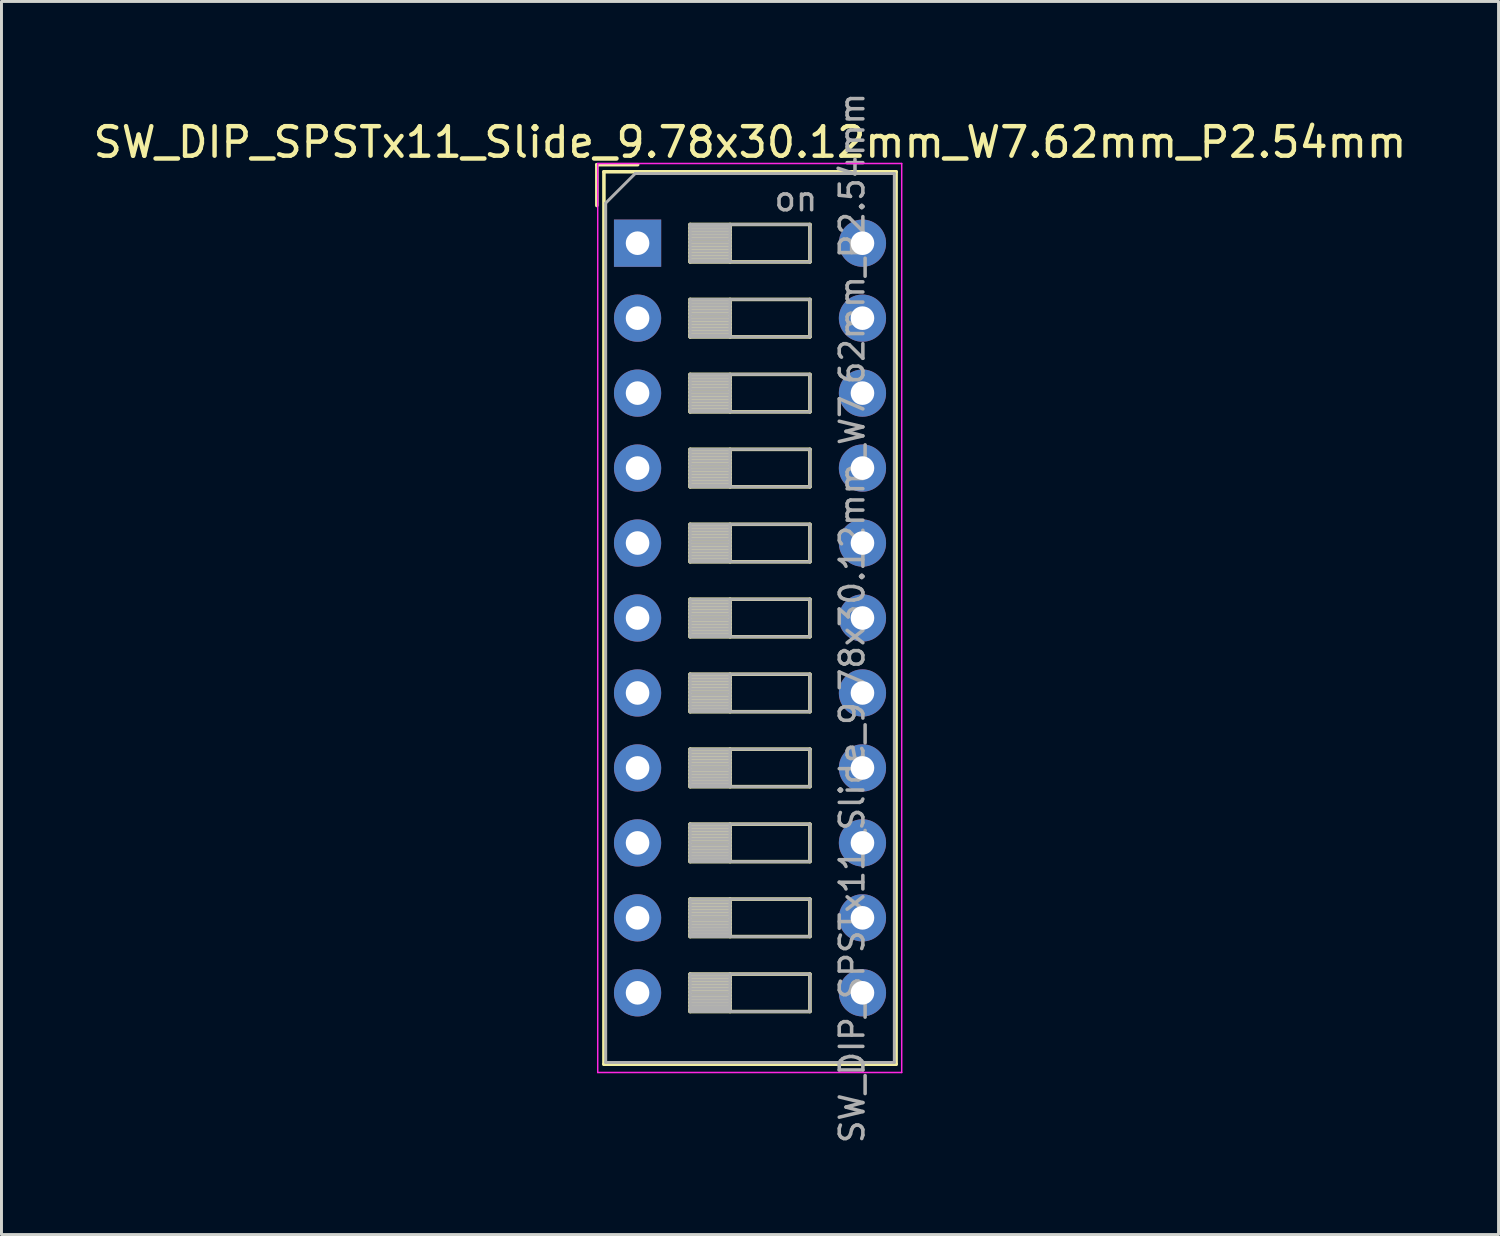
<source format=kicad_pcb>
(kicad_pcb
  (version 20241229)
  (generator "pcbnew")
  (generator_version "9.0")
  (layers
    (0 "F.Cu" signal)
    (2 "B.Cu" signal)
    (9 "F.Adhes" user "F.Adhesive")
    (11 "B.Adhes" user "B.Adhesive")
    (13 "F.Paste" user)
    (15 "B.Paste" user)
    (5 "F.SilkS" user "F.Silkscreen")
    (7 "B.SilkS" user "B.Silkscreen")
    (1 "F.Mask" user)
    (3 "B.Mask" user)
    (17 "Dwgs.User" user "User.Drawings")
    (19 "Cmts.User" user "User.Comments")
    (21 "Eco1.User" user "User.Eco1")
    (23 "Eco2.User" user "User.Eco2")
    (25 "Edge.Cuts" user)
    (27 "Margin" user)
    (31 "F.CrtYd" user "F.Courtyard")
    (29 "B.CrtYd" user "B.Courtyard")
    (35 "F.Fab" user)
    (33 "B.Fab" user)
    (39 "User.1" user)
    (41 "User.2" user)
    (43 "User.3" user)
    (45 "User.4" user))
  (footprint "SW_DIP_SPSTx11_Slide_9.78x30.12mm_W7.62mm_P2.54mm"
    (layer "F.Cu")
    (at 18.553 5.19)
    (property "Reference" "SW_DIP_SPSTx11_Slide_9.78x30.12mm_W7.62mm_P2.54mm" (at 3.81 -3.42 0) (layer "F.SilkS") (effects (font (size 1 1) (thickness 0.15))))
    (attr through_hole)
    (fp_line (start -1.38 -2.66) (end -1.38 -1.277) (stroke (width 0.12) (type solid)) (layer "F.SilkS"))
    (fp_line (start -1.38 -2.66) (end 0.004 -2.66) (stroke (width 0.12) (type solid)) (layer "F.SilkS"))
    (fp_line (start -1.14 -2.42) (end -1.14 27.82) (stroke (width 0.12) (type solid)) (layer "F.SilkS"))
    (fp_line (start -1.14 -2.42) (end 8.76 -2.42) (stroke (width 0.12) (type solid)) (layer "F.SilkS"))
    (fp_line (start -1.14 27.82) (end 8.76 27.82) (stroke (width 0.12) (type solid)) (layer "F.SilkS"))
    (fp_line (start 1.78 -0.635) (end 1.78 0.635) (stroke (width 0.12) (type solid)) (layer "F.SilkS"))
    (fp_line (start 1.78 -0.515) (end 3.133 -0.515) (stroke (width 0.12) (type solid)) (layer "F.SilkS"))
    (fp_line (start 1.78 -0.395) (end 3.133 -0.395) (stroke (width 0.12) (type solid)) (layer "F.SilkS"))
    (fp_line (start 1.78 -0.275) (end 3.133 -0.275) (stroke (width 0.12) (type solid)) (layer "F.SilkS"))
    (fp_line (start 1.78 -0.155) (end 3.133 -0.155) (stroke (width 0.12) (type solid)) (layer "F.SilkS"))
    (fp_line (start 1.78 -0.035) (end 3.133 -0.035) (stroke (width 0.12) (type solid)) (layer "F.SilkS"))
    (fp_line (start 1.78 0.085) (end 3.133 0.085) (stroke (width 0.12) (type solid)) (layer "F.SilkS"))
    (fp_line (start 1.78 0.205) (end 3.133 0.205) (stroke (width 0.12) (type solid)) (layer "F.SilkS"))
    (fp_line (start 1.78 0.325) (end 3.133 0.325) (stroke (width 0.12) (type solid)) (layer "F.SilkS"))
    (fp_line (start 1.78 0.445) (end 3.133 0.445) (stroke (width 0.12) (type solid)) (layer "F.SilkS"))
    (fp_line (start 1.78 0.565) (end 3.133 0.565) (stroke (width 0.12) (type solid)) (layer "F.SilkS"))
    (fp_line (start 1.78 0.635) (end 5.84 0.635) (stroke (width 0.12) (type solid)) (layer "F.SilkS"))
    (fp_line (start 1.78 1.905) (end 1.78 3.175) (stroke (width 0.12) (type solid)) (layer "F.SilkS"))
    (fp_line (start 1.78 2.025) (end 3.133 2.025) (stroke (width 0.12) (type solid)) (layer "F.SilkS"))
    (fp_line (start 1.78 2.145) (end 3.133 2.145) (stroke (width 0.12) (type solid)) (layer "F.SilkS"))
    (fp_line (start 1.78 2.265) (end 3.133 2.265) (stroke (width 0.12) (type solid)) (layer "F.SilkS"))
    (fp_line (start 1.78 2.385) (end 3.133 2.385) (stroke (width 0.12) (type solid)) (layer "F.SilkS"))
    (fp_line (start 1.78 2.505) (end 3.133 2.505) (stroke (width 0.12) (type solid)) (layer "F.SilkS"))
    (fp_line (start 1.78 2.625) (end 3.133 2.625) (stroke (width 0.12) (type solid)) (layer "F.SilkS"))
    (fp_line (start 1.78 2.745) (end 3.133 2.745) (stroke (width 0.12) (type solid)) (layer "F.SilkS"))
    (fp_line (start 1.78 2.865) (end 3.133 2.865) (stroke (width 0.12) (type solid)) (layer "F.SilkS"))
    (fp_line (start 1.78 2.985) (end 3.133 2.985) (stroke (width 0.12) (type solid)) (layer "F.SilkS"))
    (fp_line (start 1.78 3.105) (end 3.133 3.105) (stroke (width 0.12) (type solid)) (layer "F.SilkS"))
    (fp_line (start 1.78 3.175) (end 5.84 3.175) (stroke (width 0.12) (type solid)) (layer "F.SilkS"))
    (fp_line (start 1.78 4.445) (end 1.78 5.715) (stroke (width 0.12) (type solid)) (layer "F.SilkS"))
    (fp_line (start 1.78 4.565) (end 3.133 4.565) (stroke (width 0.12) (type solid)) (layer "F.SilkS"))
    (fp_line (start 1.78 4.685) (end 3.133 4.685) (stroke (width 0.12) (type solid)) (layer "F.SilkS"))
    (fp_line (start 1.78 4.805) (end 3.133 4.805) (stroke (width 0.12) (type solid)) (layer "F.SilkS"))
    (fp_line (start 1.78 4.925) (end 3.133 4.925) (stroke (width 0.12) (type solid)) (layer "F.SilkS"))
    (fp_line (start 1.78 5.045) (end 3.133 5.045) (stroke (width 0.12) (type solid)) (layer "F.SilkS"))
    (fp_line (start 1.78 5.165) (end 3.133 5.165) (stroke (width 0.12) (type solid)) (layer "F.SilkS"))
    (fp_line (start 1.78 5.285) (end 3.133 5.285) (stroke (width 0.12) (type solid)) (layer "F.SilkS"))
    (fp_line (start 1.78 5.405) (end 3.133 5.405) (stroke (width 0.12) (type solid)) (layer "F.SilkS"))
    (fp_line (start 1.78 5.525) (end 3.133 5.525) (stroke (width 0.12) (type solid)) (layer "F.SilkS"))
    (fp_line (start 1.78 5.645) (end 3.133 5.645) (stroke (width 0.12) (type solid)) (layer "F.SilkS"))
    (fp_line (start 1.78 5.715) (end 5.84 5.715) (stroke (width 0.12) (type solid)) (layer "F.SilkS"))
    (fp_line (start 1.78 6.985) (end 1.78 8.255) (stroke (width 0.12) (type solid)) (layer "F.SilkS"))
    (fp_line (start 1.78 7.105) (end 3.133 7.105) (stroke (width 0.12) (type solid)) (layer "F.SilkS"))
    (fp_line (start 1.78 7.225) (end 3.133 7.225) (stroke (width 0.12) (type solid)) (layer "F.SilkS"))
    (fp_line (start 1.78 7.345) (end 3.133 7.345) (stroke (width 0.12) (type solid)) (layer "F.SilkS"))
    (fp_line (start 1.78 7.465) (end 3.133 7.465) (stroke (width 0.12) (type solid)) (layer "F.SilkS"))
    (fp_line (start 1.78 7.585) (end 3.133 7.585) (stroke (width 0.12) (type solid)) (layer "F.SilkS"))
    (fp_line (start 1.78 7.705) (end 3.133 7.705) (stroke (width 0.12) (type solid)) (layer "F.SilkS"))
    (fp_line (start 1.78 7.825) (end 3.133 7.825) (stroke (width 0.12) (type solid)) (layer "F.SilkS"))
    (fp_line (start 1.78 7.945) (end 3.133 7.945) (stroke (width 0.12) (type solid)) (layer "F.SilkS"))
    (fp_line (start 1.78 8.065) (end 3.133 8.065) (stroke (width 0.12) (type solid)) (layer "F.SilkS"))
    (fp_line (start 1.78 8.185) (end 3.133 8.185) (stroke (width 0.12) (type solid)) (layer "F.SilkS"))
    (fp_line (start 1.78 8.255) (end 5.84 8.255) (stroke (width 0.12) (type solid)) (layer "F.SilkS"))
    (fp_line (start 1.78 9.525) (end 1.78 10.795) (stroke (width 0.12) (type solid)) (layer "F.SilkS"))
    (fp_line (start 1.78 9.645) (end 3.133 9.645) (stroke (width 0.12) (type solid)) (layer "F.SilkS"))
    (fp_line (start 1.78 9.765) (end 3.133 9.765) (stroke (width 0.12) (type solid)) (layer "F.SilkS"))
    (fp_line (start 1.78 9.885) (end 3.133 9.885) (stroke (width 0.12) (type solid)) (layer "F.SilkS"))
    (fp_line (start 1.78 10.005) (end 3.133 10.005) (stroke (width 0.12) (type solid)) (layer "F.SilkS"))
    (fp_line (start 1.78 10.125) (end 3.133 10.125) (stroke (width 0.12) (type solid)) (layer "F.SilkS"))
    (fp_line (start 1.78 10.245) (end 3.133 10.245) (stroke (width 0.12) (type solid)) (layer "F.SilkS"))
    (fp_line (start 1.78 10.365) (end 3.133 10.365) (stroke (width 0.12) (type solid)) (layer "F.SilkS"))
    (fp_line (start 1.78 10.485) (end 3.133 10.485) (stroke (width 0.12) (type solid)) (layer "F.SilkS"))
    (fp_line (start 1.78 10.605) (end 3.133 10.605) (stroke (width 0.12) (type solid)) (layer "F.SilkS"))
    (fp_line (start 1.78 10.725) (end 3.133 10.725) (stroke (width 0.12) (type solid)) (layer "F.SilkS"))
    (fp_line (start 1.78 10.795) (end 5.84 10.795) (stroke (width 0.12) (type solid)) (layer "F.SilkS"))
    (fp_line (start 1.78 12.065) (end 1.78 13.335) (stroke (width 0.12) (type solid)) (layer "F.SilkS"))
    (fp_line (start 1.78 12.185) (end 3.133 12.185) (stroke (width 0.12) (type solid)) (layer "F.SilkS"))
    (fp_line (start 1.78 12.305) (end 3.133 12.305) (stroke (width 0.12) (type solid)) (layer "F.SilkS"))
    (fp_line (start 1.78 12.425) (end 3.133 12.425) (stroke (width 0.12) (type solid)) (layer "F.SilkS"))
    (fp_line (start 1.78 12.545) (end 3.133 12.545) (stroke (width 0.12) (type solid)) (layer "F.SilkS"))
    (fp_line (start 1.78 12.665) (end 3.133 12.665) (stroke (width 0.12) (type solid)) (layer "F.SilkS"))
    (fp_line (start 1.78 12.785) (end 3.133 12.785) (stroke (width 0.12) (type solid)) (layer "F.SilkS"))
    (fp_line (start 1.78 12.905) (end 3.133 12.905) (stroke (width 0.12) (type solid)) (layer "F.SilkS"))
    (fp_line (start 1.78 13.025) (end 3.133 13.025) (stroke (width 0.12) (type solid)) (layer "F.SilkS"))
    (fp_line (start 1.78 13.145) (end 3.133 13.145) (stroke (width 0.12) (type solid)) (layer "F.SilkS"))
    (fp_line (start 1.78 13.265) (end 3.133 13.265) (stroke (width 0.12) (type solid)) (layer "F.SilkS"))
    (fp_line (start 1.78 13.335) (end 5.84 13.335) (stroke (width 0.12) (type solid)) (layer "F.SilkS"))
    (fp_line (start 1.78 14.605) (end 1.78 15.875) (stroke (width 0.12) (type solid)) (layer "F.SilkS"))
    (fp_line (start 1.78 14.725) (end 3.133 14.725) (stroke (width 0.12) (type solid)) (layer "F.SilkS"))
    (fp_line (start 1.78 14.845) (end 3.133 14.845) (stroke (width 0.12) (type solid)) (layer "F.SilkS"))
    (fp_line (start 1.78 14.965) (end 3.133 14.965) (stroke (width 0.12) (type solid)) (layer "F.SilkS"))
    (fp_line (start 1.78 15.085) (end 3.133 15.085) (stroke (width 0.12) (type solid)) (layer "F.SilkS"))
    (fp_line (start 1.78 15.205) (end 3.133 15.205) (stroke (width 0.12) (type solid)) (layer "F.SilkS"))
    (fp_line (start 1.78 15.325) (end 3.133 15.325) (stroke (width 0.12) (type solid)) (layer "F.SilkS"))
    (fp_line (start 1.78 15.445) (end 3.133 15.445) (stroke (width 0.12) (type solid)) (layer "F.SilkS"))
    (fp_line (start 1.78 15.565) (end 3.133 15.565) (stroke (width 0.12) (type solid)) (layer "F.SilkS"))
    (fp_line (start 1.78 15.685) (end 3.133 15.685) (stroke (width 0.12) (type solid)) (layer "F.SilkS"))
    (fp_line (start 1.78 15.805) (end 3.133 15.805) (stroke (width 0.12) (type solid)) (layer "F.SilkS"))
    (fp_line (start 1.78 15.875) (end 5.84 15.875) (stroke (width 0.12) (type solid)) (layer "F.SilkS"))
    (fp_line (start 1.78 17.145) (end 1.78 18.415) (stroke (width 0.12) (type solid)) (layer "F.SilkS"))
    (fp_line (start 1.78 17.265) (end 3.133 17.265) (stroke (width 0.12) (type solid)) (layer "F.SilkS"))
    (fp_line (start 1.78 17.385) (end 3.133 17.385) (stroke (width 0.12) (type solid)) (layer "F.SilkS"))
    (fp_line (start 1.78 17.505) (end 3.133 17.505) (stroke (width 0.12) (type solid)) (layer "F.SilkS"))
    (fp_line (start 1.78 17.625) (end 3.133 17.625) (stroke (width 0.12) (type solid)) (layer "F.SilkS"))
    (fp_line (start 1.78 17.745) (end 3.133 17.745) (stroke (width 0.12) (type solid)) (layer "F.SilkS"))
    (fp_line (start 1.78 17.865) (end 3.133 17.865) (stroke (width 0.12) (type solid)) (layer "F.SilkS"))
    (fp_line (start 1.78 17.985) (end 3.133 17.985) (stroke (width 0.12) (type solid)) (layer "F.SilkS"))
    (fp_line (start 1.78 18.105) (end 3.133 18.105) (stroke (width 0.12) (type solid)) (layer "F.SilkS"))
    (fp_line (start 1.78 18.225) (end 3.133 18.225) (stroke (width 0.12) (type solid)) (layer "F.SilkS"))
    (fp_line (start 1.78 18.345) (end 3.133 18.345) (stroke (width 0.12) (type solid)) (layer "F.SilkS"))
    (fp_line (start 1.78 18.415) (end 5.84 18.415) (stroke (width 0.12) (type solid)) (layer "F.SilkS"))
    (fp_line (start 1.78 19.685) (end 1.78 20.955) (stroke (width 0.12) (type solid)) (layer "F.SilkS"))
    (fp_line (start 1.78 19.805) (end 3.133 19.805) (stroke (width 0.12) (type solid)) (layer "F.SilkS"))
    (fp_line (start 1.78 19.925) (end 3.133 19.925) (stroke (width 0.12) (type solid)) (layer "F.SilkS"))
    (fp_line (start 1.78 20.045) (end 3.133 20.045) (stroke (width 0.12) (type solid)) (layer "F.SilkS"))
    (fp_line (start 1.78 20.165) (end 3.133 20.165) (stroke (width 0.12) (type solid)) (layer "F.SilkS"))
    (fp_line (start 1.78 20.285) (end 3.133 20.285) (stroke (width 0.12) (type solid)) (layer "F.SilkS"))
    (fp_line (start 1.78 20.405) (end 3.133 20.405) (stroke (width 0.12) (type solid)) (layer "F.SilkS"))
    (fp_line (start 1.78 20.525) (end 3.133 20.525) (stroke (width 0.12) (type solid)) (layer "F.SilkS"))
    (fp_line (start 1.78 20.645) (end 3.133 20.645) (stroke (width 0.12) (type solid)) (layer "F.SilkS"))
    (fp_line (start 1.78 20.765) (end 3.133 20.765) (stroke (width 0.12) (type solid)) (layer "F.SilkS"))
    (fp_line (start 1.78 20.885) (end 3.133 20.885) (stroke (width 0.12) (type solid)) (layer "F.SilkS"))
    (fp_line (start 1.78 20.955) (end 5.84 20.955) (stroke (width 0.12) (type solid)) (layer "F.SilkS"))
    (fp_line (start 1.78 22.225) (end 1.78 23.495) (stroke (width 0.12) (type solid)) (layer "F.SilkS"))
    (fp_line (start 1.78 22.345) (end 3.133 22.345) (stroke (width 0.12) (type solid)) (layer "F.SilkS"))
    (fp_line (start 1.78 22.465) (end 3.133 22.465) (stroke (width 0.12) (type solid)) (layer "F.SilkS"))
    (fp_line (start 1.78 22.585) (end 3.133 22.585) (stroke (width 0.12) (type solid)) (layer "F.SilkS"))
    (fp_line (start 1.78 22.705) (end 3.133 22.705) (stroke (width 0.12) (type solid)) (layer "F.SilkS"))
    (fp_line (start 1.78 22.825) (end 3.133 22.825) (stroke (width 0.12) (type solid)) (layer "F.SilkS"))
    (fp_line (start 1.78 22.945) (end 3.133 22.945) (stroke (width 0.12) (type solid)) (layer "F.SilkS"))
    (fp_line (start 1.78 23.065) (end 3.133 23.065) (stroke (width 0.12) (type solid)) (layer "F.SilkS"))
    (fp_line (start 1.78 23.185) (end 3.133 23.185) (stroke (width 0.12) (type solid)) (layer "F.SilkS"))
    (fp_line (start 1.78 23.305) (end 3.133 23.305) (stroke (width 0.12) (type solid)) (layer "F.SilkS"))
    (fp_line (start 1.78 23.425) (end 3.133 23.425) (stroke (width 0.12) (type solid)) (layer "F.SilkS"))
    (fp_line (start 1.78 23.495) (end 5.84 23.495) (stroke (width 0.12) (type solid)) (layer "F.SilkS"))
    (fp_line (start 1.78 24.765) (end 1.78 26.035) (stroke (width 0.12) (type solid)) (layer "F.SilkS"))
    (fp_line (start 1.78 24.885) (end 3.133 24.885) (stroke (width 0.12) (type solid)) (layer "F.SilkS"))
    (fp_line (start 1.78 25.005) (end 3.133 25.005) (stroke (width 0.12) (type solid)) (layer "F.SilkS"))
    (fp_line (start 1.78 25.125) (end 3.133 25.125) (stroke (width 0.12) (type solid)) (layer "F.SilkS"))
    (fp_line (start 1.78 25.245) (end 3.133 25.245) (stroke (width 0.12) (type solid)) (layer "F.SilkS"))
    (fp_line (start 1.78 25.365) (end 3.133 25.365) (stroke (width 0.12) (type solid)) (layer "F.SilkS"))
    (fp_line (start 1.78 25.485) (end 3.133 25.485) (stroke (width 0.12) (type solid)) (layer "F.SilkS"))
    (fp_line (start 1.78 25.605) (end 3.133 25.605) (stroke (width 0.12) (type solid)) (layer "F.SilkS"))
    (fp_line (start 1.78 25.725) (end 3.133 25.725) (stroke (width 0.12) (type solid)) (layer "F.SilkS"))
    (fp_line (start 1.78 25.845) (end 3.133 25.845) (stroke (width 0.12) (type solid)) (layer "F.SilkS"))
    (fp_line (start 1.78 25.965) (end 3.133 25.965) (stroke (width 0.12) (type solid)) (layer "F.SilkS"))
    (fp_line (start 1.78 26.035) (end 5.84 26.035) (stroke (width 0.12) (type solid)) (layer "F.SilkS"))
    (fp_line (start 3.133 -0.635) (end 3.133 0.635) (stroke (width 0.12) (type solid)) (layer "F.SilkS"))
    (fp_line (start 3.133 1.905) (end 3.133 3.175) (stroke (width 0.12) (type solid)) (layer "F.SilkS"))
    (fp_line (start 3.133 4.445) (end 3.133 5.715) (stroke (width 0.12) (type solid)) (layer "F.SilkS"))
    (fp_line (start 3.133 6.985) (end 3.133 8.255) (stroke (width 0.12) (type solid)) (layer "F.SilkS"))
    (fp_line (start 3.133 9.525) (end 3.133 10.795) (stroke (width 0.12) (type solid)) (layer "F.SilkS"))
    (fp_line (start 3.133 12.065) (end 3.133 13.335) (stroke (width 0.12) (type solid)) (layer "F.SilkS"))
    (fp_line (start 3.133 14.605) (end 3.133 15.875) (stroke (width 0.12) (type solid)) (layer "F.SilkS"))
    (fp_line (start 3.133 17.145) (end 3.133 18.415) (stroke (width 0.12) (type solid)) (layer "F.SilkS"))
    (fp_line (start 3.133 19.685) (end 3.133 20.955) (stroke (width 0.12) (type solid)) (layer "F.SilkS"))
    (fp_line (start 3.133 22.225) (end 3.133 23.495) (stroke (width 0.12) (type solid)) (layer "F.SilkS"))
    (fp_line (start 3.133 24.765) (end 3.133 26.035) (stroke (width 0.12) (type solid)) (layer "F.SilkS"))
    (fp_line (start 5.84 -0.635) (end 1.78 -0.635) (stroke (width 0.12) (type solid)) (layer "F.SilkS"))
    (fp_line (start 5.84 0.635) (end 5.84 -0.635) (stroke (width 0.12) (type solid)) (layer "F.SilkS"))
    (fp_line (start 5.84 1.905) (end 1.78 1.905) (stroke (width 0.12) (type solid)) (layer "F.SilkS"))
    (fp_line (start 5.84 3.175) (end 5.84 1.905) (stroke (width 0.12) (type solid)) (layer "F.SilkS"))
    (fp_line (start 5.84 4.445) (end 1.78 4.445) (stroke (width 0.12) (type solid)) (layer "F.SilkS"))
    (fp_line (start 5.84 5.715) (end 5.84 4.445) (stroke (width 0.12) (type solid)) (layer "F.SilkS"))
    (fp_line (start 5.84 6.985) (end 1.78 6.985) (stroke (width 0.12) (type solid)) (layer "F.SilkS"))
    (fp_line (start 5.84 8.255) (end 5.84 6.985) (stroke (width 0.12) (type solid)) (layer "F.SilkS"))
    (fp_line (start 5.84 9.525) (end 1.78 9.525) (stroke (width 0.12) (type solid)) (layer "F.SilkS"))
    (fp_line (start 5.84 10.795) (end 5.84 9.525) (stroke (width 0.12) (type solid)) (layer "F.SilkS"))
    (fp_line (start 5.84 12.065) (end 1.78 12.065) (stroke (width 0.12) (type solid)) (layer "F.SilkS"))
    (fp_line (start 5.84 13.335) (end 5.84 12.065) (stroke (width 0.12) (type solid)) (layer "F.SilkS"))
    (fp_line (start 5.84 14.605) (end 1.78 14.605) (stroke (width 0.12) (type solid)) (layer "F.SilkS"))
    (fp_line (start 5.84 15.875) (end 5.84 14.605) (stroke (width 0.12) (type solid)) (layer "F.SilkS"))
    (fp_line (start 5.84 17.145) (end 1.78 17.145) (stroke (width 0.12) (type solid)) (layer "F.SilkS"))
    (fp_line (start 5.84 18.415) (end 5.84 17.145) (stroke (width 0.12) (type solid)) (layer "F.SilkS"))
    (fp_line (start 5.84 19.685) (end 1.78 19.685) (stroke (width 0.12) (type solid)) (layer "F.SilkS"))
    (fp_line (start 5.84 20.955) (end 5.84 19.685) (stroke (width 0.12) (type solid)) (layer "F.SilkS"))
    (fp_line (start 5.84 22.225) (end 1.78 22.225) (stroke (width 0.12) (type solid)) (layer "F.SilkS"))
    (fp_line (start 5.84 23.495) (end 5.84 22.225) (stroke (width 0.12) (type solid)) (layer "F.SilkS"))
    (fp_line (start 5.84 24.765) (end 1.78 24.765) (stroke (width 0.12) (type solid)) (layer "F.SilkS"))
    (fp_line (start 5.84 26.035) (end 5.84 24.765) (stroke (width 0.12) (type solid)) (layer "F.SilkS"))
    (fp_line (start 8.76 -2.42) (end 8.76 27.82) (stroke (width 0.12) (type solid)) (layer "F.SilkS"))
    (fp_line (start -1.35 -2.7) (end -1.35 28.1) (stroke (width 0.05) (type solid)) (layer "F.CrtYd"))
    (fp_line (start -1.35 28.1) (end 8.95 28.1) (stroke (width 0.05) (type solid)) (layer "F.CrtYd"))
    (fp_line (start 8.95 -2.7) (end -1.35 -2.7) (stroke (width 0.05) (type solid)) (layer "F.CrtYd"))
    (fp_line (start 8.95 28.1) (end 8.95 -2.7) (stroke (width 0.05) (type solid)) (layer "F.CrtYd"))
    (fp_line (start -1.08 -1.36) (end -0.08 -2.36) (stroke (width 0.1) (type solid)) (layer "F.Fab"))
    (fp_line (start -1.08 27.76) (end -1.08 -1.36) (stroke (width 0.1) (type solid)) (layer "F.Fab"))
    (fp_line (start -0.08 -2.36) (end 8.7 -2.36) (stroke (width 0.1) (type solid)) (layer "F.Fab"))
    (fp_line (start 1.78 -0.635) (end 1.78 0.635) (stroke (width 0.1) (type solid)) (layer "F.Fab"))
    (fp_line (start 1.78 -0.535) (end 3.133 -0.535) (stroke (width 0.1) (type solid)) (layer "F.Fab"))
    (fp_line (start 1.78 -0.435) (end 3.133 -0.435) (stroke (width 0.1) (type solid)) (layer "F.Fab"))
    (fp_line (start 1.78 -0.335) (end 3.133 -0.335) (stroke (width 0.1) (type solid)) (layer "F.Fab"))
    (fp_line (start 1.78 -0.235) (end 3.133 -0.235) (stroke (width 0.1) (type solid)) (layer "F.Fab"))
    (fp_line (start 1.78 -0.135) (end 3.133 -0.135) (stroke (width 0.1) (type solid)) (layer "F.Fab"))
    (fp_line (start 1.78 -0.035) (end 3.133 -0.035) (stroke (width 0.1) (type solid)) (layer "F.Fab"))
    (fp_line (start 1.78 0.065) (end 3.133 0.065) (stroke (width 0.1) (type solid)) (layer "F.Fab"))
    (fp_line (start 1.78 0.165) (end 3.133 0.165) (stroke (width 0.1) (type solid)) (layer "F.Fab"))
    (fp_line (start 1.78 0.265) (end 3.133 0.265) (stroke (width 0.1) (type solid)) (layer "F.Fab"))
    (fp_line (start 1.78 0.365) (end 3.133 0.365) (stroke (width 0.1) (type solid)) (layer "F.Fab"))
    (fp_line (start 1.78 0.465) (end 3.133 0.465) (stroke (width 0.1) (type solid)) (layer "F.Fab"))
    (fp_line (start 1.78 0.565) (end 3.133 0.565) (stroke (width 0.1) (type solid)) (layer "F.Fab"))
    (fp_line (start 1.78 0.635) (end 5.84 0.635) (stroke (width 0.1) (type solid)) (layer "F.Fab"))
    (fp_line (start 1.78 1.905) (end 1.78 3.175) (stroke (width 0.1) (type solid)) (layer "F.Fab"))
    (fp_line (start 1.78 2.005) (end 3.133 2.005) (stroke (width 0.1) (type solid)) (layer "F.Fab"))
    (fp_line (start 1.78 2.105) (end 3.133 2.105) (stroke (width 0.1) (type solid)) (layer "F.Fab"))
    (fp_line (start 1.78 2.205) (end 3.133 2.205) (stroke (width 0.1) (type solid)) (layer "F.Fab"))
    (fp_line (start 1.78 2.305) (end 3.133 2.305) (stroke (width 0.1) (type solid)) (layer "F.Fab"))
    (fp_line (start 1.78 2.405) (end 3.133 2.405) (stroke (width 0.1) (type solid)) (layer "F.Fab"))
    (fp_line (start 1.78 2.505) (end 3.133 2.505) (stroke (width 0.1) (type solid)) (layer "F.Fab"))
    (fp_line (start 1.78 2.605) (end 3.133 2.605) (stroke (width 0.1) (type solid)) (layer "F.Fab"))
    (fp_line (start 1.78 2.705) (end 3.133 2.705) (stroke (width 0.1) (type solid)) (layer "F.Fab"))
    (fp_line (start 1.78 2.805) (end 3.133 2.805) (stroke (width 0.1) (type solid)) (layer "F.Fab"))
    (fp_line (start 1.78 2.905) (end 3.133 2.905) (stroke (width 0.1) (type solid)) (layer "F.Fab"))
    (fp_line (start 1.78 3.005) (end 3.133 3.005) (stroke (width 0.1) (type solid)) (layer "F.Fab"))
    (fp_line (start 1.78 3.105) (end 3.133 3.105) (stroke (width 0.1) (type solid)) (layer "F.Fab"))
    (fp_line (start 1.78 3.175) (end 5.84 3.175) (stroke (width 0.1) (type solid)) (layer "F.Fab"))
    (fp_line (start 1.78 4.445) (end 1.78 5.715) (stroke (width 0.1) (type solid)) (layer "F.Fab"))
    (fp_line (start 1.78 4.545) (end 3.133 4.545) (stroke (width 0.1) (type solid)) (layer "F.Fab"))
    (fp_line (start 1.78 4.645) (end 3.133 4.645) (stroke (width 0.1) (type solid)) (layer "F.Fab"))
    (fp_line (start 1.78 4.745) (end 3.133 4.745) (stroke (width 0.1) (type solid)) (layer "F.Fab"))
    (fp_line (start 1.78 4.845) (end 3.133 4.845) (stroke (width 0.1) (type solid)) (layer "F.Fab"))
    (fp_line (start 1.78 4.945) (end 3.133 4.945) (stroke (width 0.1) (type solid)) (layer "F.Fab"))
    (fp_line (start 1.78 5.045) (end 3.133 5.045) (stroke (width 0.1) (type solid)) (layer "F.Fab"))
    (fp_line (start 1.78 5.145) (end 3.133 5.145) (stroke (width 0.1) (type solid)) (layer "F.Fab"))
    (fp_line (start 1.78 5.245) (end 3.133 5.245) (stroke (width 0.1) (type solid)) (layer "F.Fab"))
    (fp_line (start 1.78 5.345) (end 3.133 5.345) (stroke (width 0.1) (type solid)) (layer "F.Fab"))
    (fp_line (start 1.78 5.445) (end 3.133 5.445) (stroke (width 0.1) (type solid)) (layer "F.Fab"))
    (fp_line (start 1.78 5.545) (end 3.133 5.545) (stroke (width 0.1) (type solid)) (layer "F.Fab"))
    (fp_line (start 1.78 5.645) (end 3.133 5.645) (stroke (width 0.1) (type solid)) (layer "F.Fab"))
    (fp_line (start 1.78 5.715) (end 5.84 5.715) (stroke (width 0.1) (type solid)) (layer "F.Fab"))
    (fp_line (start 1.78 6.985) (end 1.78 8.255) (stroke (width 0.1) (type solid)) (layer "F.Fab"))
    (fp_line (start 1.78 7.085) (end 3.133 7.085) (stroke (width 0.1) (type solid)) (layer "F.Fab"))
    (fp_line (start 1.78 7.185) (end 3.133 7.185) (stroke (width 0.1) (type solid)) (layer "F.Fab"))
    (fp_line (start 1.78 7.285) (end 3.133 7.285) (stroke (width 0.1) (type solid)) (layer "F.Fab"))
    (fp_line (start 1.78 7.385) (end 3.133 7.385) (stroke (width 0.1) (type solid)) (layer "F.Fab"))
    (fp_line (start 1.78 7.485) (end 3.133 7.485) (stroke (width 0.1) (type solid)) (layer "F.Fab"))
    (fp_line (start 1.78 7.585) (end 3.133 7.585) (stroke (width 0.1) (type solid)) (layer "F.Fab"))
    (fp_line (start 1.78 7.685) (end 3.133 7.685) (stroke (width 0.1) (type solid)) (layer "F.Fab"))
    (fp_line (start 1.78 7.785) (end 3.133 7.785) (stroke (width 0.1) (type solid)) (layer "F.Fab"))
    (fp_line (start 1.78 7.885) (end 3.133 7.885) (stroke (width 0.1) (type solid)) (layer "F.Fab"))
    (fp_line (start 1.78 7.985) (end 3.133 7.985) (stroke (width 0.1) (type solid)) (layer "F.Fab"))
    (fp_line (start 1.78 8.085) (end 3.133 8.085) (stroke (width 0.1) (type solid)) (layer "F.Fab"))
    (fp_line (start 1.78 8.185) (end 3.133 8.185) (stroke (width 0.1) (type solid)) (layer "F.Fab"))
    (fp_line (start 1.78 8.255) (end 5.84 8.255) (stroke (width 0.1) (type solid)) (layer "F.Fab"))
    (fp_line (start 1.78 9.525) (end 1.78 10.795) (stroke (width 0.1) (type solid)) (layer "F.Fab"))
    (fp_line (start 1.78 9.625) (end 3.133 9.625) (stroke (width 0.1) (type solid)) (layer "F.Fab"))
    (fp_line (start 1.78 9.725) (end 3.133 9.725) (stroke (width 0.1) (type solid)) (layer "F.Fab"))
    (fp_line (start 1.78 9.825) (end 3.133 9.825) (stroke (width 0.1) (type solid)) (layer "F.Fab"))
    (fp_line (start 1.78 9.925) (end 3.133 9.925) (stroke (width 0.1) (type solid)) (layer "F.Fab"))
    (fp_line (start 1.78 10.025) (end 3.133 10.025) (stroke (width 0.1) (type solid)) (layer "F.Fab"))
    (fp_line (start 1.78 10.125) (end 3.133 10.125) (stroke (width 0.1) (type solid)) (layer "F.Fab"))
    (fp_line (start 1.78 10.225) (end 3.133 10.225) (stroke (width 0.1) (type solid)) (layer "F.Fab"))
    (fp_line (start 1.78 10.325) (end 3.133 10.325) (stroke (width 0.1) (type solid)) (layer "F.Fab"))
    (fp_line (start 1.78 10.425) (end 3.133 10.425) (stroke (width 0.1) (type solid)) (layer "F.Fab"))
    (fp_line (start 1.78 10.525) (end 3.133 10.525) (stroke (width 0.1) (type solid)) (layer "F.Fab"))
    (fp_line (start 1.78 10.625) (end 3.133 10.625) (stroke (width 0.1) (type solid)) (layer "F.Fab"))
    (fp_line (start 1.78 10.725) (end 3.133 10.725) (stroke (width 0.1) (type solid)) (layer "F.Fab"))
    (fp_line (start 1.78 10.795) (end 5.84 10.795) (stroke (width 0.1) (type solid)) (layer "F.Fab"))
    (fp_line (start 1.78 12.065) (end 1.78 13.335) (stroke (width 0.1) (type solid)) (layer "F.Fab"))
    (fp_line (start 1.78 12.165) (end 3.133 12.165) (stroke (width 0.1) (type solid)) (layer "F.Fab"))
    (fp_line (start 1.78 12.265) (end 3.133 12.265) (stroke (width 0.1) (type solid)) (layer "F.Fab"))
    (fp_line (start 1.78 12.365) (end 3.133 12.365) (stroke (width 0.1) (type solid)) (layer "F.Fab"))
    (fp_line (start 1.78 12.465) (end 3.133 12.465) (stroke (width 0.1) (type solid)) (layer "F.Fab"))
    (fp_line (start 1.78 12.565) (end 3.133 12.565) (stroke (width 0.1) (type solid)) (layer "F.Fab"))
    (fp_line (start 1.78 12.665) (end 3.133 12.665) (stroke (width 0.1) (type solid)) (layer "F.Fab"))
    (fp_line (start 1.78 12.765) (end 3.133 12.765) (stroke (width 0.1) (type solid)) (layer "F.Fab"))
    (fp_line (start 1.78 12.865) (end 3.133 12.865) (stroke (width 0.1) (type solid)) (layer "F.Fab"))
    (fp_line (start 1.78 12.965) (end 3.133 12.965) (stroke (width 0.1) (type solid)) (layer "F.Fab"))
    (fp_line (start 1.78 13.065) (end 3.133 13.065) (stroke (width 0.1) (type solid)) (layer "F.Fab"))
    (fp_line (start 1.78 13.165) (end 3.133 13.165) (stroke (width 0.1) (type solid)) (layer "F.Fab"))
    (fp_line (start 1.78 13.265) (end 3.133 13.265) (stroke (width 0.1) (type solid)) (layer "F.Fab"))
    (fp_line (start 1.78 13.335) (end 5.84 13.335) (stroke (width 0.1) (type solid)) (layer "F.Fab"))
    (fp_line (start 1.78 14.605) (end 1.78 15.875) (stroke (width 0.1) (type solid)) (layer "F.Fab"))
    (fp_line (start 1.78 14.705) (end 3.133 14.705) (stroke (width 0.1) (type solid)) (layer "F.Fab"))
    (fp_line (start 1.78 14.805) (end 3.133 14.805) (stroke (width 0.1) (type solid)) (layer "F.Fab"))
    (fp_line (start 1.78 14.905) (end 3.133 14.905) (stroke (width 0.1) (type solid)) (layer "F.Fab"))
    (fp_line (start 1.78 15.005) (end 3.133 15.005) (stroke (width 0.1) (type solid)) (layer "F.Fab"))
    (fp_line (start 1.78 15.105) (end 3.133 15.105) (stroke (width 0.1) (type solid)) (layer "F.Fab"))
    (fp_line (start 1.78 15.205) (end 3.133 15.205) (stroke (width 0.1) (type solid)) (layer "F.Fab"))
    (fp_line (start 1.78 15.305) (end 3.133 15.305) (stroke (width 0.1) (type solid)) (layer "F.Fab"))
    (fp_line (start 1.78 15.405) (end 3.133 15.405) (stroke (width 0.1) (type solid)) (layer "F.Fab"))
    (fp_line (start 1.78 15.505) (end 3.133 15.505) (stroke (width 0.1) (type solid)) (layer "F.Fab"))
    (fp_line (start 1.78 15.605) (end 3.133 15.605) (stroke (width 0.1) (type solid)) (layer "F.Fab"))
    (fp_line (start 1.78 15.705) (end 3.133 15.705) (stroke (width 0.1) (type solid)) (layer "F.Fab"))
    (fp_line (start 1.78 15.805) (end 3.133 15.805) (stroke (width 0.1) (type solid)) (layer "F.Fab"))
    (fp_line (start 1.78 15.875) (end 5.84 15.875) (stroke (width 0.1) (type solid)) (layer "F.Fab"))
    (fp_line (start 1.78 17.145) (end 1.78 18.415) (stroke (width 0.1) (type solid)) (layer "F.Fab"))
    (fp_line (start 1.78 17.245) (end 3.133 17.245) (stroke (width 0.1) (type solid)) (layer "F.Fab"))
    (fp_line (start 1.78 17.345) (end 3.133 17.345) (stroke (width 0.1) (type solid)) (layer "F.Fab"))
    (fp_line (start 1.78 17.445) (end 3.133 17.445) (stroke (width 0.1) (type solid)) (layer "F.Fab"))
    (fp_line (start 1.78 17.545) (end 3.133 17.545) (stroke (width 0.1) (type solid)) (layer "F.Fab"))
    (fp_line (start 1.78 17.645) (end 3.133 17.645) (stroke (width 0.1) (type solid)) (layer "F.Fab"))
    (fp_line (start 1.78 17.745) (end 3.133 17.745) (stroke (width 0.1) (type solid)) (layer "F.Fab"))
    (fp_line (start 1.78 17.845) (end 3.133 17.845) (stroke (width 0.1) (type solid)) (layer "F.Fab"))
    (fp_line (start 1.78 17.945) (end 3.133 17.945) (stroke (width 0.1) (type solid)) (layer "F.Fab"))
    (fp_line (start 1.78 18.045) (end 3.133 18.045) (stroke (width 0.1) (type solid)) (layer "F.Fab"))
    (fp_line (start 1.78 18.145) (end 3.133 18.145) (stroke (width 0.1) (type solid)) (layer "F.Fab"))
    (fp_line (start 1.78 18.245) (end 3.133 18.245) (stroke (width 0.1) (type solid)) (layer "F.Fab"))
    (fp_line (start 1.78 18.345) (end 3.133 18.345) (stroke (width 0.1) (type solid)) (layer "F.Fab"))
    (fp_line (start 1.78 18.415) (end 5.84 18.415) (stroke (width 0.1) (type solid)) (layer "F.Fab"))
    (fp_line (start 1.78 19.685) (end 1.78 20.955) (stroke (width 0.1) (type solid)) (layer "F.Fab"))
    (fp_line (start 1.78 19.785) (end 3.133 19.785) (stroke (width 0.1) (type solid)) (layer "F.Fab"))
    (fp_line (start 1.78 19.885) (end 3.133 19.885) (stroke (width 0.1) (type solid)) (layer "F.Fab"))
    (fp_line (start 1.78 19.985) (end 3.133 19.985) (stroke (width 0.1) (type solid)) (layer "F.Fab"))
    (fp_line (start 1.78 20.085) (end 3.133 20.085) (stroke (width 0.1) (type solid)) (layer "F.Fab"))
    (fp_line (start 1.78 20.185) (end 3.133 20.185) (stroke (width 0.1) (type solid)) (layer "F.Fab"))
    (fp_line (start 1.78 20.285) (end 3.133 20.285) (stroke (width 0.1) (type solid)) (layer "F.Fab"))
    (fp_line (start 1.78 20.385) (end 3.133 20.385) (stroke (width 0.1) (type solid)) (layer "F.Fab"))
    (fp_line (start 1.78 20.485) (end 3.133 20.485) (stroke (width 0.1) (type solid)) (layer "F.Fab"))
    (fp_line (start 1.78 20.585) (end 3.133 20.585) (stroke (width 0.1) (type solid)) (layer "F.Fab"))
    (fp_line (start 1.78 20.685) (end 3.133 20.685) (stroke (width 0.1) (type solid)) (layer "F.Fab"))
    (fp_line (start 1.78 20.785) (end 3.133 20.785) (stroke (width 0.1) (type solid)) (layer "F.Fab"))
    (fp_line (start 1.78 20.885) (end 3.133 20.885) (stroke (width 0.1) (type solid)) (layer "F.Fab"))
    (fp_line (start 1.78 20.955) (end 5.84 20.955) (stroke (width 0.1) (type solid)) (layer "F.Fab"))
    (fp_line (start 1.78 22.225) (end 1.78 23.495) (stroke (width 0.1) (type solid)) (layer "F.Fab"))
    (fp_line (start 1.78 22.325) (end 3.133 22.325) (stroke (width 0.1) (type solid)) (layer "F.Fab"))
    (fp_line (start 1.78 22.425) (end 3.133 22.425) (stroke (width 0.1) (type solid)) (layer "F.Fab"))
    (fp_line (start 1.78 22.525) (end 3.133 22.525) (stroke (width 0.1) (type solid)) (layer "F.Fab"))
    (fp_line (start 1.78 22.625) (end 3.133 22.625) (stroke (width 0.1) (type solid)) (layer "F.Fab"))
    (fp_line (start 1.78 22.725) (end 3.133 22.725) (stroke (width 0.1) (type solid)) (layer "F.Fab"))
    (fp_line (start 1.78 22.825) (end 3.133 22.825) (stroke (width 0.1) (type solid)) (layer "F.Fab"))
    (fp_line (start 1.78 22.925) (end 3.133 22.925) (stroke (width 0.1) (type solid)) (layer "F.Fab"))
    (fp_line (start 1.78 23.025) (end 3.133 23.025) (stroke (width 0.1) (type solid)) (layer "F.Fab"))
    (fp_line (start 1.78 23.125) (end 3.133 23.125) (stroke (width 0.1) (type solid)) (layer "F.Fab"))
    (fp_line (start 1.78 23.225) (end 3.133 23.225) (stroke (width 0.1) (type solid)) (layer "F.Fab"))
    (fp_line (start 1.78 23.325) (end 3.133 23.325) (stroke (width 0.1) (type solid)) (layer "F.Fab"))
    (fp_line (start 1.78 23.425) (end 3.133 23.425) (stroke (width 0.1) (type solid)) (layer "F.Fab"))
    (fp_line (start 1.78 23.495) (end 5.84 23.495) (stroke (width 0.1) (type solid)) (layer "F.Fab"))
    (fp_line (start 1.78 24.765) (end 1.78 26.035) (stroke (width 0.1) (type solid)) (layer "F.Fab"))
    (fp_line (start 1.78 24.865) (end 3.133 24.865) (stroke (width 0.1) (type solid)) (layer "F.Fab"))
    (fp_line (start 1.78 24.965) (end 3.133 24.965) (stroke (width 0.1) (type solid)) (layer "F.Fab"))
    (fp_line (start 1.78 25.065) (end 3.133 25.065) (stroke (width 0.1) (type solid)) (layer "F.Fab"))
    (fp_line (start 1.78 25.165) (end 3.133 25.165) (stroke (width 0.1) (type solid)) (layer "F.Fab"))
    (fp_line (start 1.78 25.265) (end 3.133 25.265) (stroke (width 0.1) (type solid)) (layer "F.Fab"))
    (fp_line (start 1.78 25.365) (end 3.133 25.365) (stroke (width 0.1) (type solid)) (layer "F.Fab"))
    (fp_line (start 1.78 25.465) (end 3.133 25.465) (stroke (width 0.1) (type solid)) (layer "F.Fab"))
    (fp_line (start 1.78 25.565) (end 3.133 25.565) (stroke (width 0.1) (type solid)) (layer "F.Fab"))
    (fp_line (start 1.78 25.665) (end 3.133 25.665) (stroke (width 0.1) (type solid)) (layer "F.Fab"))
    (fp_line (start 1.78 25.765) (end 3.133 25.765) (stroke (width 0.1) (type solid)) (layer "F.Fab"))
    (fp_line (start 1.78 25.865) (end 3.133 25.865) (stroke (width 0.1) (type solid)) (layer "F.Fab"))
    (fp_line (start 1.78 25.965) (end 3.133 25.965) (stroke (width 0.1) (type solid)) (layer "F.Fab"))
    (fp_line (start 1.78 26.035) (end 5.84 26.035) (stroke (width 0.1) (type solid)) (layer "F.Fab"))
    (fp_line (start 3.133 -0.635) (end 3.133 0.635) (stroke (width 0.1) (type solid)) (layer "F.Fab"))
    (fp_line (start 3.133 1.905) (end 3.133 3.175) (stroke (width 0.1) (type solid)) (layer "F.Fab"))
    (fp_line (start 3.133 4.445) (end 3.133 5.715) (stroke (width 0.1) (type solid)) (layer "F.Fab"))
    (fp_line (start 3.133 6.985) (end 3.133 8.255) (stroke (width 0.1) (type solid)) (layer "F.Fab"))
    (fp_line (start 3.133 9.525) (end 3.133 10.795) (stroke (width 0.1) (type solid)) (layer "F.Fab"))
    (fp_line (start 3.133 12.065) (end 3.133 13.335) (stroke (width 0.1) (type solid)) (layer "F.Fab"))
    (fp_line (start 3.133 14.605) (end 3.133 15.875) (stroke (width 0.1) (type solid)) (layer "F.Fab"))
    (fp_line (start 3.133 17.145) (end 3.133 18.415) (stroke (width 0.1) (type solid)) (layer "F.Fab"))
    (fp_line (start 3.133 19.685) (end 3.133 20.955) (stroke (width 0.1) (type solid)) (layer "F.Fab"))
    (fp_line (start 3.133 22.225) (end 3.133 23.495) (stroke (width 0.1) (type solid)) (layer "F.Fab"))
    (fp_line (start 3.133 24.765) (end 3.133 26.035) (stroke (width 0.1) (type solid)) (layer "F.Fab"))
    (fp_line (start 5.84 -0.635) (end 1.78 -0.635) (stroke (width 0.1) (type solid)) (layer "F.Fab"))
    (fp_line (start 5.84 0.635) (end 5.84 -0.635) (stroke (width 0.1) (type solid)) (layer "F.Fab"))
    (fp_line (start 5.84 1.905) (end 1.78 1.905) (stroke (width 0.1) (type solid)) (layer "F.Fab"))
    (fp_line (start 5.84 3.175) (end 5.84 1.905) (stroke (width 0.1) (type solid)) (layer "F.Fab"))
    (fp_line (start 5.84 4.445) (end 1.78 4.445) (stroke (width 0.1) (type solid)) (layer "F.Fab"))
    (fp_line (start 5.84 5.715) (end 5.84 4.445) (stroke (width 0.1) (type solid)) (layer "F.Fab"))
    (fp_line (start 5.84 6.985) (end 1.78 6.985) (stroke (width 0.1) (type solid)) (layer "F.Fab"))
    (fp_line (start 5.84 8.255) (end 5.84 6.985) (stroke (width 0.1) (type solid)) (layer "F.Fab"))
    (fp_line (start 5.84 9.525) (end 1.78 9.525) (stroke (width 0.1) (type solid)) (layer "F.Fab"))
    (fp_line (start 5.84 10.795) (end 5.84 9.525) (stroke (width 0.1) (type solid)) (layer "F.Fab"))
    (fp_line (start 5.84 12.065) (end 1.78 12.065) (stroke (width 0.1) (type solid)) (layer "F.Fab"))
    (fp_line (start 5.84 13.335) (end 5.84 12.065) (stroke (width 0.1) (type solid)) (layer "F.Fab"))
    (fp_line (start 5.84 14.605) (end 1.78 14.605) (stroke (width 0.1) (type solid)) (layer "F.Fab"))
    (fp_line (start 5.84 15.875) (end 5.84 14.605) (stroke (width 0.1) (type solid)) (layer "F.Fab"))
    (fp_line (start 5.84 17.145) (end 1.78 17.145) (stroke (width 0.1) (type solid)) (layer "F.Fab"))
    (fp_line (start 5.84 18.415) (end 5.84 17.145) (stroke (width 0.1) (type solid)) (layer "F.Fab"))
    (fp_line (start 5.84 19.685) (end 1.78 19.685) (stroke (width 0.1) (type solid)) (layer "F.Fab"))
    (fp_line (start 5.84 20.955) (end 5.84 19.685) (stroke (width 0.1) (type solid)) (layer "F.Fab"))
    (fp_line (start 5.84 22.225) (end 1.78 22.225) (stroke (width 0.1) (type solid)) (layer "F.Fab"))
    (fp_line (start 5.84 23.495) (end 5.84 22.225) (stroke (width 0.1) (type solid)) (layer "F.Fab"))
    (fp_line (start 5.84 24.765) (end 1.78 24.765) (stroke (width 0.1) (type solid)) (layer "F.Fab"))
    (fp_line (start 5.84 26.035) (end 5.84 24.765) (stroke (width 0.1) (type solid)) (layer "F.Fab"))
    (fp_line (start 8.7 -2.36) (end 8.7 27.76) (stroke (width 0.1) (type solid)) (layer "F.Fab"))
    (fp_line (start 8.7 27.76) (end -1.08 27.76) (stroke (width 0.1) (type solid)) (layer "F.Fab"))
    (fp_text user "on" (at 5.365 -1.498 0) (layer "F.Fab") (effects (font (size 0.8 0.8) (thickness 0.12))))
    (fp_text user "${REFERENCE}" (at 7.27 12.7 90) (layer "F.Fab") (effects (font (size 0.8 0.8) (thickness 0.12))))
    (pad "1" thru_hole rect (at 0 0) (size 1.6 1.6) (drill 0.8) (layers "*.Cu" "*.Mask"))
    (pad "2" thru_hole oval (at 0 2.54) (size 1.6 1.6) (drill 0.8) (layers "*.Cu" "*.Mask"))
    (pad "3" thru_hole oval (at 0 5.08) (size 1.6 1.6) (drill 0.8) (layers "*.Cu" "*.Mask"))
    (pad "4" thru_hole oval (at 0 7.62) (size 1.6 1.6) (drill 0.8) (layers "*.Cu" "*.Mask"))
    (pad "5" thru_hole oval (at 0 10.16) (size 1.6 1.6) (drill 0.8) (layers "*.Cu" "*.Mask"))
    (pad "6" thru_hole oval (at 0 12.7) (size 1.6 1.6) (drill 0.8) (layers "*.Cu" "*.Mask"))
    (pad "7" thru_hole oval (at 0 15.24) (size 1.6 1.6) (drill 0.8) (layers "*.Cu" "*.Mask"))
    (pad "8" thru_hole oval (at 0 17.78) (size 1.6 1.6) (drill 0.8) (layers "*.Cu" "*.Mask"))
    (pad "9" thru_hole oval (at 0 20.32) (size 1.6 1.6) (drill 0.8) (layers "*.Cu" "*.Mask"))
    (pad "10" thru_hole oval (at 0 22.86) (size 1.6 1.6) (drill 0.8) (layers "*.Cu" "*.Mask"))
    (pad "11" thru_hole oval (at 0 25.4) (size 1.6 1.6) (drill 0.8) (layers "*.Cu" "*.Mask"))
    (pad "12" thru_hole oval (at 7.62 25.4) (size 1.6 1.6) (drill 0.8) (layers "*.Cu" "*.Mask"))
    (pad "13" thru_hole oval (at 7.62 22.86) (size 1.6 1.6) (drill 0.8) (layers "*.Cu" "*.Mask"))
    (pad "14" thru_hole oval (at 7.62 20.32) (size 1.6 1.6) (drill 0.8) (layers "*.Cu" "*.Mask"))
    (pad "15" thru_hole oval (at 7.62 17.78) (size 1.6 1.6) (drill 0.8) (layers "*.Cu" "*.Mask"))
    (pad "16" thru_hole oval (at 7.62 15.24) (size 1.6 1.6) (drill 0.8) (layers "*.Cu" "*.Mask"))
    (pad "17" thru_hole oval (at 7.62 12.7) (size 1.6 1.6) (drill 0.8) (layers "*.Cu" "*.Mask"))
    (pad "18" thru_hole oval (at 7.62 10.16) (size 1.6 1.6) (drill 0.8) (layers "*.Cu" "*.Mask"))
    (pad "19" thru_hole oval (at 7.62 7.62) (size 1.6 1.6) (drill 0.8) (layers "*.Cu" "*.Mask"))
    (pad "20" thru_hole oval (at 7.62 5.08) (size 1.6 1.6) (drill 0.8) (layers "*.Cu" "*.Mask"))
    (pad "21" thru_hole oval (at 7.62 2.54) (size 1.6 1.6) (drill 0.8) (layers "*.Cu" "*.Mask"))
    (pad "22" thru_hole oval (at 7.62 0) (size 1.6 1.6) (drill 0.8) (layers "*.Cu" "*.Mask")))
  (gr_rect
    (start -3 -3)
    (end 47.726 38.781)
    (stroke (width 0.1) (type default))
    (fill no)
    (layer "Edge.Cuts")))
</source>
